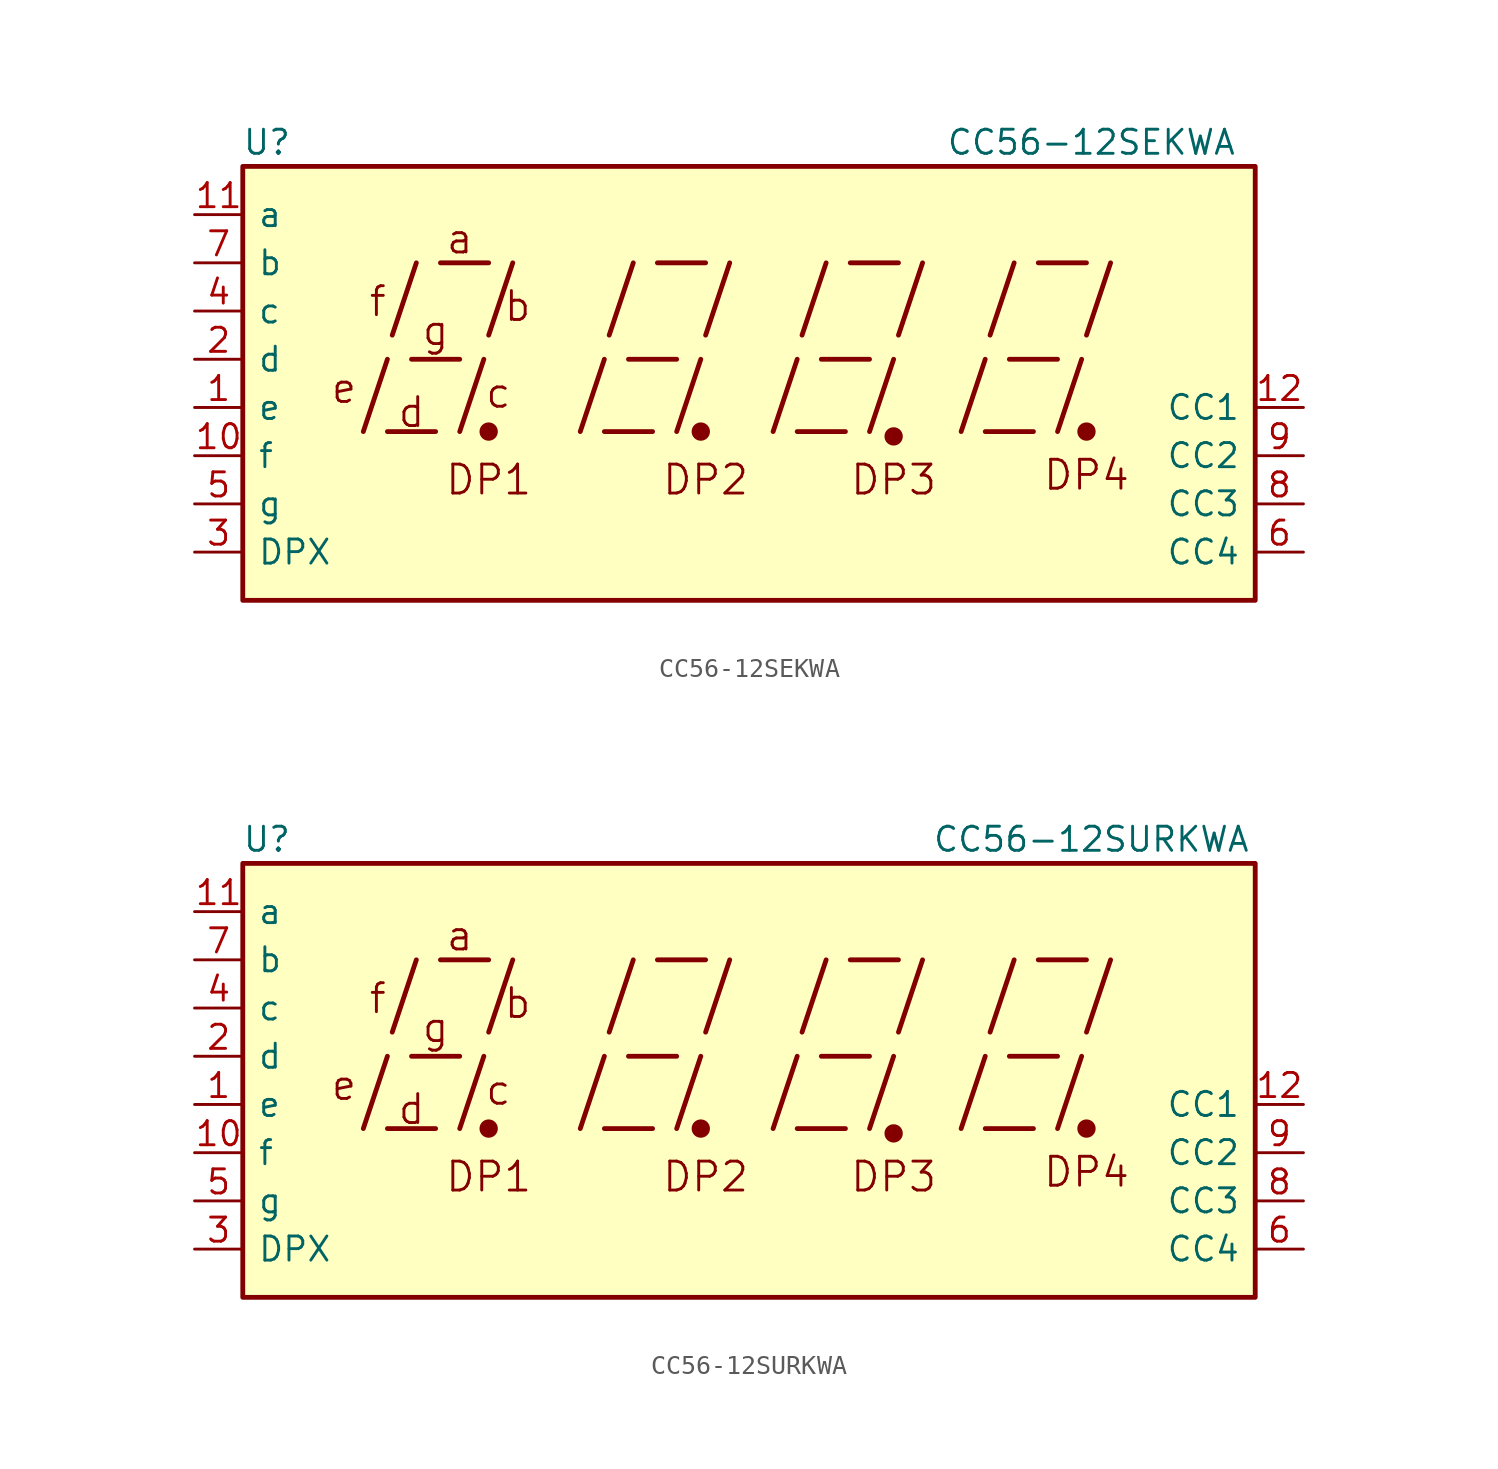
<source format=kicad_sym>
(kicad_symbol_lib
  (version 20231120)
  (generator "kicad_symbol_editor")
  (generator_version "8.0")
  (symbol "CC56-12SEKWA"
    (pin_names
      (offset 0.762))
    (property "Reference" "U"
      (at -24.13 11.43 0)
      (effects (font (size 1.27 1.27))))
    (property "Value" "CC56-12SEKWA"
      (at 19.304 11.43 0)
      (effects (font (size 1.27 1.27))))
    (symbol "CC56-12SEKWA_0_0"
      (rectangle (start -25.4 10.16) (end 27.94 -12.7) (stroke (width 0.254) (type default)) (fill (type background)))
      (polyline (pts (xy -19.05 -3.81) (xy -17.78 0)) (stroke (width 0.254) (type default)) (fill (type none)))
      (polyline (pts (xy -17.78 -3.81) (xy -15.24 -3.81)) (stroke (width 0.254) (type default)) (fill (type none)))
      (polyline (pts (xy -17.526 1.27) (xy -16.256 5.08)) (stroke (width 0.254) (type default)) (fill (type none)))
      (polyline (pts (xy -16.51 0) (xy -13.97 0)) (stroke (width 0.254) (type default)) (fill (type none)))
      (polyline (pts (xy -14.986 5.08) (xy -12.446 5.08)) (stroke (width 0.254) (type default)) (fill (type none)))
      (polyline (pts (xy -13.97 -3.81) (xy -12.7 0)) (stroke (width 0.254) (type default)) (fill (type none)))
      (polyline (pts (xy -12.446 1.27) (xy -11.176 5.08)) (stroke (width 0.254) (type default)) (fill (type none)))
      (polyline (pts (xy -7.62 -3.81) (xy -6.35 0)) (stroke (width 0.254) (type default)) (fill (type none)))
      (polyline (pts (xy -6.35 -3.81) (xy -3.81 -3.81)) (stroke (width 0.254) (type default)) (fill (type none)))
      (polyline (pts (xy -6.096 1.27) (xy -4.826 5.08)) (stroke (width 0.254) (type default)) (fill (type none)))
      (polyline (pts (xy -5.08 0) (xy -2.54 0)) (stroke (width 0.254) (type default)) (fill (type none)))
      (polyline (pts (xy -3.556 5.08) (xy -1.016 5.08)) (stroke (width 0.254) (type default)) (fill (type none)))
      (polyline (pts (xy -2.54 -3.81) (xy -1.27 0)) (stroke (width 0.254) (type default)) (fill (type none)))
      (polyline (pts (xy -1.016 1.27) (xy 0.254 5.08)) (stroke (width 0.254) (type default)) (fill (type none)))
      (polyline (pts (xy 2.54 -3.81) (xy 3.81 0)) (stroke (width 0.254) (type default)) (fill (type none)))
      (polyline (pts (xy 3.81 -3.81) (xy 6.35 -3.81)) (stroke (width 0.254) (type default)) (fill (type none)))
      (polyline (pts (xy 4.064 1.27) (xy 5.334 5.08)) (stroke (width 0.254) (type default)) (fill (type none)))
      (polyline (pts (xy 5.08 0) (xy 7.62 0)) (stroke (width 0.254) (type default)) (fill (type none)))
      (polyline (pts (xy 6.604 5.08) (xy 9.144 5.08)) (stroke (width 0.254) (type default)) (fill (type none)))
      (polyline (pts (xy 7.62 -3.81) (xy 8.89 0)) (stroke (width 0.254) (type default)) (fill (type none)))
      (polyline (pts (xy 9.144 1.27) (xy 10.414 5.08)) (stroke (width 0.254) (type default)) (fill (type none)))
      (polyline (pts (xy 12.446 -3.81) (xy 13.716 0)) (stroke (width 0.254) (type default)) (fill (type none)))
      (polyline (pts (xy 13.716 -3.81) (xy 16.256 -3.81)) (stroke (width 0.254) (type default)) (fill (type none)))
      (polyline (pts (xy 13.97 1.27) (xy 15.24 5.08)) (stroke (width 0.254) (type default)) (fill (type none)))
      (polyline (pts (xy 14.986 0) (xy 17.526 0)) (stroke (width 0.254) (type default)) (fill (type none)))
      (polyline (pts (xy 16.51 5.08) (xy 19.05 5.08)) (stroke (width 0.254) (type default)) (fill (type none)))
      (polyline (pts (xy 17.526 -3.81) (xy 18.796 0)) (stroke (width 0.254) (type default)) (fill (type none)))
      (polyline (pts (xy 19.05 1.27) (xy 20.32 5.08)) (stroke (width 0.254) (type default)) (fill (type none)))
      (text "a" (at -13.97 6.35 0) (effects (font (size 1.524 1.524))))
      (text "b" (at -10.922 2.794 0) (effects (font (size 1.524 1.524))))
      (text "c" (at -11.938 -1.778 0) (effects (font (size 1.524 1.524))))
      (text "d" (at -16.51 -2.794 0) (effects (font (size 1.524 1.524))))
      (text "DP1" (at -12.446 -6.35 0) (effects (font (size 1.524 1.524))))
      (text "DP2" (at -1.016 -6.35 0) (effects (font (size 1.524 1.524))))
      (text "DP3" (at 8.89 -6.35 0) (effects (font (size 1.524 1.524))))
      (text "DP4" (at 19.05 -6.096 0) (effects (font (size 1.524 1.524))))
      (text "e" (at -20.066 -1.524 0) (effects (font (size 1.524 1.524))))
      (text "f" (at -18.288 3.048 0) (effects (font (size 1.524 1.524))))
      (text "g" (at -15.24 1.524 0) (effects (font (size 1.524 1.524)))))
    (symbol "CC56-12SEKWA_0_1"
      (circle (center -12.446 -3.81) (radius 0.356) (stroke (width 0.254) (type default)) (fill (type outline)))
      (circle (center -1.27 -3.81) (radius 0.356) (stroke (width 0.254) (type default)) (fill (type outline))))
    (symbol "CC56-12SEKWA_1_0"
      (circle (center 8.89 -4.064) (radius 0.356) (stroke (width 0.254) (type default)) (fill (type outline)))
      (circle (center 19.05 -3.81) (radius 0.356) (stroke (width 0.254) (type default)) (fill (type outline))))
    (symbol "CC56-12SEKWA_1_1"
      (pin input line (at -27.94 -2.54 0) (length 2.54) (name "e" (effects (font (size 1.27 1.27)))) (number "1" (effects (font (size 1.27 1.27)))))
      (pin input line (at -27.94 -5.08 0) (length 2.54) (name "f" (effects (font (size 1.27 1.27)))) (number "10" (effects (font (size 1.27 1.27)))))
      (pin input line (at -27.94 7.62 0) (length 2.54) (name "a" (effects (font (size 1.27 1.27)))) (number "11" (effects (font (size 1.27 1.27)))))
      (pin input line (at 30.48 -2.54 180) (length 2.54) (name "CC1" (effects (font (size 1.27 1.27)))) (number "12" (effects (font (size 1.27 1.27)))))
      (pin input line (at -27.94 0 0) (length 2.54) (name "d" (effects (font (size 1.27 1.27)))) (number "2" (effects (font (size 1.27 1.27)))))
      (pin input line (at -27.94 -10.16 0) (length 2.54) (name "DPX" (effects (font (size 1.27 1.27)))) (number "3" (effects (font (size 1.27 1.27)))))
      (pin input line (at -27.94 2.54 0) (length 2.54) (name "c" (effects (font (size 1.27 1.27)))) (number "4" (effects (font (size 1.27 1.27)))))
      (pin input line (at -27.94 -7.62 0) (length 2.54) (name "g" (effects (font (size 1.27 1.27)))) (number "5" (effects (font (size 1.27 1.27)))))
      (pin input line (at 30.48 -10.16 180) (length 2.54) (name "CC4" (effects (font (size 1.27 1.27)))) (number "6" (effects (font (size 1.27 1.27)))))
      (pin input line (at -27.94 5.08 0) (length 2.54) (name "b" (effects (font (size 1.27 1.27)))) (number "7" (effects (font (size 1.27 1.27)))))
      (pin input line (at 30.48 -7.62 180) (length 2.54) (name "CC3" (effects (font (size 1.27 1.27)))) (number "8" (effects (font (size 1.27 1.27)))))
      (pin input line (at 30.48 -5.08 180) (length 2.54) (name "CC2" (effects (font (size 1.27 1.27)))) (number "9" (effects (font (size 1.27 1.27)))))))
  (symbol "CC56-12SURKWA"
    (pin_names
      (offset 0.762))
    (property "Reference" "U"
      (at -24.13 11.43 0)
      (effects (font (size 1.27 1.27))))
    (property "Value" "CC56-12SURKWA"
      (at 19.304 11.43 0)
      (effects (font (size 1.27 1.27))))
    (symbol "CC56-12SURKWA_0_0"
      (rectangle (start -25.4 10.16) (end 27.94 -12.7) (stroke (width 0.254) (type default)) (fill (type background)))
      (polyline (pts (xy -19.05 -3.81) (xy -17.78 0)) (stroke (width 0.254) (type default)) (fill (type none)))
      (polyline (pts (xy -17.78 -3.81) (xy -15.24 -3.81)) (stroke (width 0.254) (type default)) (fill (type none)))
      (polyline (pts (xy -17.526 1.27) (xy -16.256 5.08)) (stroke (width 0.254) (type default)) (fill (type none)))
      (polyline (pts (xy -16.51 0) (xy -13.97 0)) (stroke (width 0.254) (type default)) (fill (type none)))
      (polyline (pts (xy -14.986 5.08) (xy -12.446 5.08)) (stroke (width 0.254) (type default)) (fill (type none)))
      (polyline (pts (xy -13.97 -3.81) (xy -12.7 0)) (stroke (width 0.254) (type default)) (fill (type none)))
      (polyline (pts (xy -12.446 1.27) (xy -11.176 5.08)) (stroke (width 0.254) (type default)) (fill (type none)))
      (polyline (pts (xy -7.62 -3.81) (xy -6.35 0)) (stroke (width 0.254) (type default)) (fill (type none)))
      (polyline (pts (xy -6.35 -3.81) (xy -3.81 -3.81)) (stroke (width 0.254) (type default)) (fill (type none)))
      (polyline (pts (xy -6.096 1.27) (xy -4.826 5.08)) (stroke (width 0.254) (type default)) (fill (type none)))
      (polyline (pts (xy -5.08 0) (xy -2.54 0)) (stroke (width 0.254) (type default)) (fill (type none)))
      (polyline (pts (xy -3.556 5.08) (xy -1.016 5.08)) (stroke (width 0.254) (type default)) (fill (type none)))
      (polyline (pts (xy -2.54 -3.81) (xy -1.27 0)) (stroke (width 0.254) (type default)) (fill (type none)))
      (polyline (pts (xy -1.016 1.27) (xy 0.254 5.08)) (stroke (width 0.254) (type default)) (fill (type none)))
      (polyline (pts (xy 2.54 -3.81) (xy 3.81 0)) (stroke (width 0.254) (type default)) (fill (type none)))
      (polyline (pts (xy 3.81 -3.81) (xy 6.35 -3.81)) (stroke (width 0.254) (type default)) (fill (type none)))
      (polyline (pts (xy 4.064 1.27) (xy 5.334 5.08)) (stroke (width 0.254) (type default)) (fill (type none)))
      (polyline (pts (xy 5.08 0) (xy 7.62 0)) (stroke (width 0.254) (type default)) (fill (type none)))
      (polyline (pts (xy 6.604 5.08) (xy 9.144 5.08)) (stroke (width 0.254) (type default)) (fill (type none)))
      (polyline (pts (xy 7.62 -3.81) (xy 8.89 0)) (stroke (width 0.254) (type default)) (fill (type none)))
      (polyline (pts (xy 9.144 1.27) (xy 10.414 5.08)) (stroke (width 0.254) (type default)) (fill (type none)))
      (polyline (pts (xy 12.446 -3.81) (xy 13.716 0)) (stroke (width 0.254) (type default)) (fill (type none)))
      (polyline (pts (xy 13.716 -3.81) (xy 16.256 -3.81)) (stroke (width 0.254) (type default)) (fill (type none)))
      (polyline (pts (xy 13.97 1.27) (xy 15.24 5.08)) (stroke (width 0.254) (type default)) (fill (type none)))
      (polyline (pts (xy 14.986 0) (xy 17.526 0)) (stroke (width 0.254) (type default)) (fill (type none)))
      (polyline (pts (xy 16.51 5.08) (xy 19.05 5.08)) (stroke (width 0.254) (type default)) (fill (type none)))
      (polyline (pts (xy 17.526 -3.81) (xy 18.796 0)) (stroke (width 0.254) (type default)) (fill (type none)))
      (polyline (pts (xy 19.05 1.27) (xy 20.32 5.08)) (stroke (width 0.254) (type default)) (fill (type none)))
      (text "a" (at -13.97 6.35 0) (effects (font (size 1.524 1.524))))
      (text "b" (at -10.922 2.794 0) (effects (font (size 1.524 1.524))))
      (text "c" (at -11.938 -1.778 0) (effects (font (size 1.524 1.524))))
      (text "d" (at -16.51 -2.794 0) (effects (font (size 1.524 1.524))))
      (text "DP1" (at -12.446 -6.35 0) (effects (font (size 1.524 1.524))))
      (text "DP2" (at -1.016 -6.35 0) (effects (font (size 1.524 1.524))))
      (text "DP3" (at 8.89 -6.35 0) (effects (font (size 1.524 1.524))))
      (text "DP4" (at 19.05 -6.096 0) (effects (font (size 1.524 1.524))))
      (text "e" (at -20.066 -1.524 0) (effects (font (size 1.524 1.524))))
      (text "f" (at -18.288 3.048 0) (effects (font (size 1.524 1.524))))
      (text "g" (at -15.24 1.524 0) (effects (font (size 1.524 1.524)))))
    (symbol "CC56-12SURKWA_0_1"
      (circle (center -12.446 -3.81) (radius 0.356) (stroke (width 0.254) (type default)) (fill (type outline)))
      (circle (center -1.27 -3.81) (radius 0.356) (stroke (width 0.254) (type default)) (fill (type outline))))
    (symbol "CC56-12SURKWA_1_0"
      (circle (center 8.89 -4.064) (radius 0.356) (stroke (width 0.254) (type default)) (fill (type outline)))
      (circle (center 19.05 -3.81) (radius 0.356) (stroke (width 0.254) (type default)) (fill (type outline))))
    (symbol "CC56-12SURKWA_1_1"
      (pin input line (at -27.94 -2.54 0) (length 2.54) (name "e" (effects (font (size 1.27 1.27)))) (number "1" (effects (font (size 1.27 1.27)))))
      (pin input line (at -27.94 -5.08 0) (length 2.54) (name "f" (effects (font (size 1.27 1.27)))) (number "10" (effects (font (size 1.27 1.27)))))
      (pin input line (at -27.94 7.62 0) (length 2.54) (name "a" (effects (font (size 1.27 1.27)))) (number "11" (effects (font (size 1.27 1.27)))))
      (pin input line (at 30.48 -2.54 180) (length 2.54) (name "CC1" (effects (font (size 1.27 1.27)))) (number "12" (effects (font (size 1.27 1.27)))))
      (pin input line (at -27.94 0 0) (length 2.54) (name "d" (effects (font (size 1.27 1.27)))) (number "2" (effects (font (size 1.27 1.27)))))
      (pin input line (at -27.94 -10.16 0) (length 2.54) (name "DPX" (effects (font (size 1.27 1.27)))) (number "3" (effects (font (size 1.27 1.27)))))
      (pin input line (at -27.94 2.54 0) (length 2.54) (name "c" (effects (font (size 1.27 1.27)))) (number "4" (effects (font (size 1.27 1.27)))))
      (pin input line (at -27.94 -7.62 0) (length 2.54) (name "g" (effects (font (size 1.27 1.27)))) (number "5" (effects (font (size 1.27 1.27)))))
      (pin input line (at 30.48 -10.16 180) (length 2.54) (name "CC4" (effects (font (size 1.27 1.27)))) (number "6" (effects (font (size 1.27 1.27)))))
      (pin input line (at -27.94 5.08 0) (length 2.54) (name "b" (effects (font (size 1.27 1.27)))) (number "7" (effects (font (size 1.27 1.27)))))
      (pin input line (at 30.48 -7.62 180) (length 2.54) (name "CC3" (effects (font (size 1.27 1.27)))) (number "8" (effects (font (size 1.27 1.27)))))
      (pin input line (at 30.48 -5.08 180) (length 2.54) (name "CC2" (effects (font (size 1.27 1.27)))) (number "9" (effects (font (size 1.27 1.27))))))))
</source>
